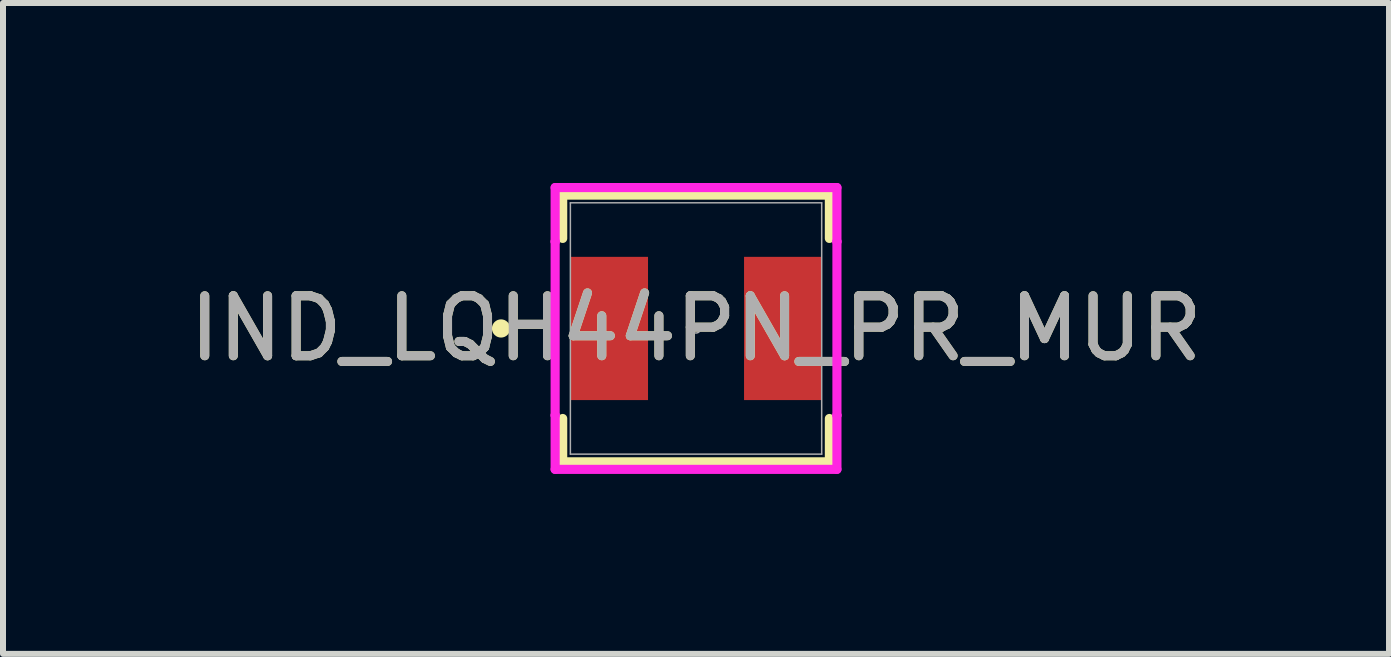
<source format=kicad_pcb>
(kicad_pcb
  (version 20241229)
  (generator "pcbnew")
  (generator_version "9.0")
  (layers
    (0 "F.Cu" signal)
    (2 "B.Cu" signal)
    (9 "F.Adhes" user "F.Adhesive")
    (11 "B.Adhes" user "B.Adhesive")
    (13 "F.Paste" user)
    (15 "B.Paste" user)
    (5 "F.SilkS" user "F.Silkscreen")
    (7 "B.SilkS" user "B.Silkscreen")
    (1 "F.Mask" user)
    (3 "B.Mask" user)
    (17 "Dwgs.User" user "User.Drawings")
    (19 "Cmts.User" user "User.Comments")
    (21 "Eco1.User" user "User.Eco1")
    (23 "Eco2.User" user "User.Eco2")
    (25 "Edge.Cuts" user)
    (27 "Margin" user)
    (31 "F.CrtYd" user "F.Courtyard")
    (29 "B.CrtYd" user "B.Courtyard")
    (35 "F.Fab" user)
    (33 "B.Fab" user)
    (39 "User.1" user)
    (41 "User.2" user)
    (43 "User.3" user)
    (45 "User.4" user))
  (footprint "IND_LQH44PN_PR_MUR"
    (layer "F.Cu")
    (at 8.554 2.426)
    (property "Reference" "IND_LQH44PN_PR_MUR" (at 0 0 0) (unlocked yes) (layer "F.SilkS") (effects (font (size 1 1) (thickness 0.15))))
    (attr smd)
    (fp_line (start -2.223 -2.223) (end -2.223 -1.501) (stroke (width 0.152) (type solid)) (layer "F.SilkS"))
    (fp_line (start -2.223 1.501) (end -2.223 2.223) (stroke (width 0.152) (type solid)) (layer "F.SilkS"))
    (fp_line (start -2.223 2.223) (end 2.223 2.223) (stroke (width 0.152) (type solid)) (layer "F.SilkS"))
    (fp_line (start 2.223 -2.223) (end -2.223 -2.223) (stroke (width 0.152) (type solid)) (layer "F.SilkS"))
    (fp_line (start 2.223 -1.501) (end 2.223 -2.223) (stroke (width 0.152) (type solid)) (layer "F.SilkS"))
    (fp_line (start 2.223 2.223) (end 2.223 1.501) (stroke (width 0.152) (type solid)) (layer "F.SilkS"))
    (fp_circle (center -3.251 0) (end -3.175 0) (stroke (width 0.152) (type solid)) (fill no) (layer "F.SilkS"))
    (fp_line (start -2.349 -2.349) (end 2.349 -2.349) (stroke (width 0.152) (type solid)) (layer "F.CrtYd"))
    (fp_line (start -2.349 -1.448) (end -2.349 -2.349) (stroke (width 0.152) (type solid)) (layer "F.CrtYd"))
    (fp_line (start -2.349 -1.448) (end -2.349 -1.448) (stroke (width 0.152) (type solid)) (layer "F.CrtYd"))
    (fp_line (start -2.349 1.448) (end -2.349 -1.448) (stroke (width 0.152) (type solid)) (layer "F.CrtYd"))
    (fp_line (start -2.349 1.448) (end -2.349 1.448) (stroke (width 0.152) (type solid)) (layer "F.CrtYd"))
    (fp_line (start -2.349 2.349) (end -2.349 1.448) (stroke (width 0.152) (type solid)) (layer "F.CrtYd"))
    (fp_line (start 2.349 -2.349) (end 2.349 -1.448) (stroke (width 0.152) (type solid)) (layer "F.CrtYd"))
    (fp_line (start 2.349 -1.448) (end 2.349 -1.448) (stroke (width 0.152) (type solid)) (layer "F.CrtYd"))
    (fp_line (start 2.349 -1.448) (end 2.349 1.448) (stroke (width 0.152) (type solid)) (layer "F.CrtYd"))
    (fp_line (start 2.349 1.448) (end 2.349 1.448) (stroke (width 0.152) (type solid)) (layer "F.CrtYd"))
    (fp_line (start 2.349 1.448) (end 2.349 2.349) (stroke (width 0.152) (type solid)) (layer "F.CrtYd"))
    (fp_line (start 2.349 2.349) (end -2.349 2.349) (stroke (width 0.152) (type solid)) (layer "F.CrtYd"))
    (fp_line (start -2.095 -2.095) (end -2.095 2.095) (stroke (width 0.025) (type solid)) (layer "F.Fab"))
    (fp_line (start -2.095 2.095) (end 2.095 2.095) (stroke (width 0.025) (type solid)) (layer "F.Fab"))
    (fp_line (start 2.095 -2.095) (end -2.095 -2.095) (stroke (width 0.025) (type solid)) (layer "F.Fab"))
    (fp_line (start 2.095 2.095) (end 2.095 -2.095) (stroke (width 0.025) (type solid)) (layer "F.Fab"))
    (fp_circle (center 0 0) (end 0.076 0) (stroke (width 0.025) (type solid)) (fill no) (layer "F.Fab"))
    (fp_text user "${REFERENCE}" (at 0 0 0) (unlocked yes) (layer "F.Fab") (effects (font (size 1 1) (thickness 0.15))))
    (pad "1" smd rect (at -1.448 0) (size 1.295 2.388) (layers "F.Cu" "F.Mask" "F.Paste"))
    (pad "2" smd rect (at 1.448 0) (size 1.295 2.388) (layers "F.Cu" "F.Mask" "F.Paste")))
  (gr_rect
    (start -3 -3)
    (end 20.107 7.851)
    (stroke (width 0.1) (type default))
    (fill no)
    (layer "Edge.Cuts")))
</source>
